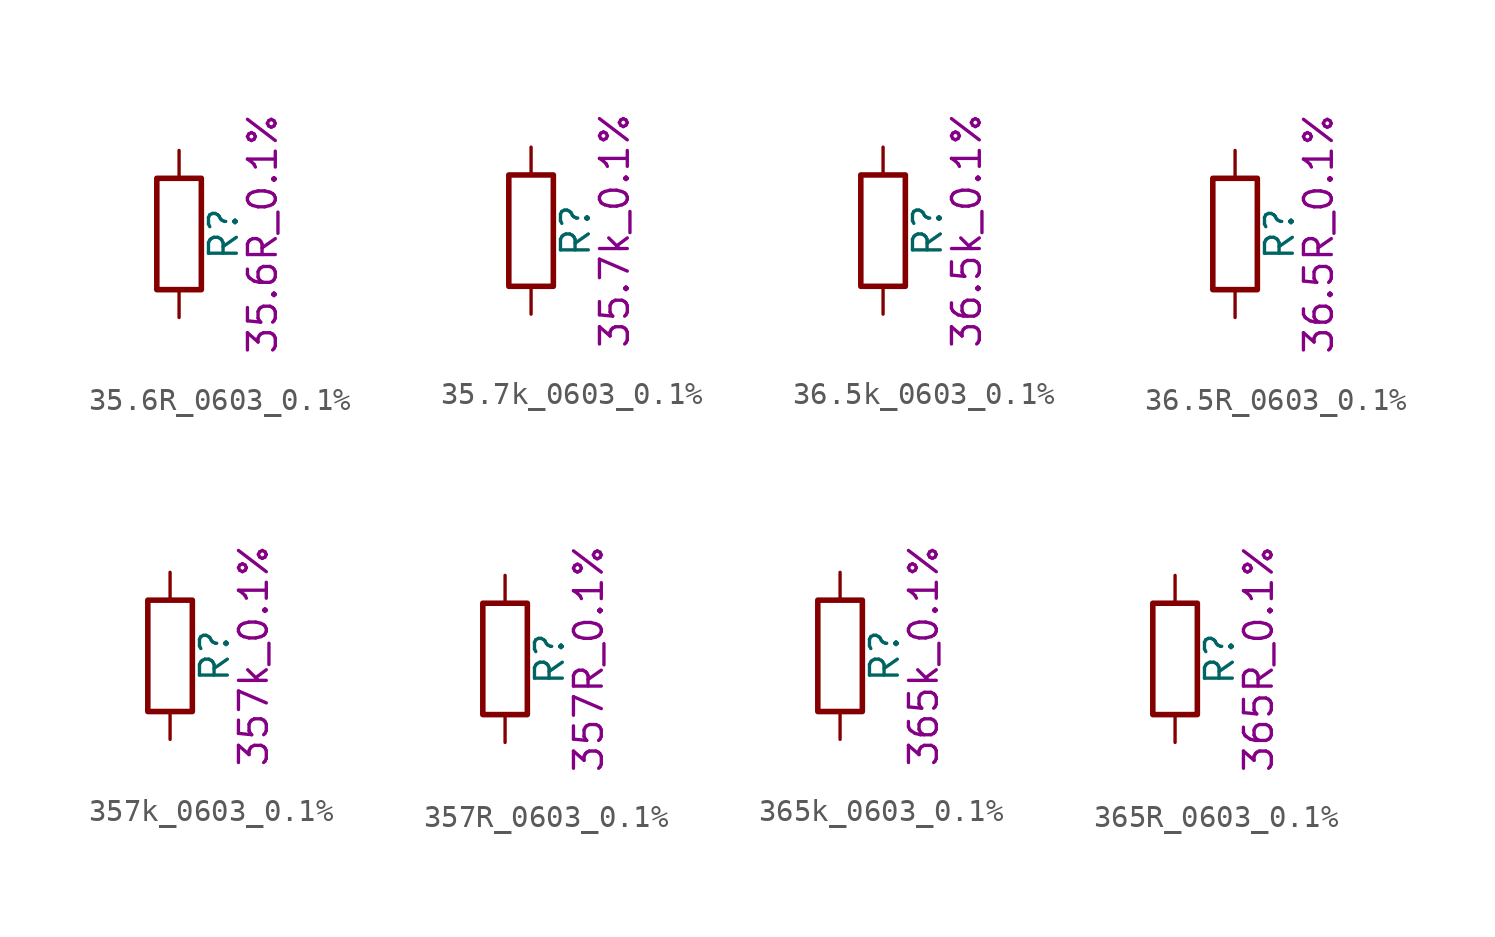
<source format=kicad_sym>
(kicad_symbol_lib
  (version 20211014)
  (generator kicad_symbol_editor)
  (symbol "35.6R_0603_0.1%"
    (pin_numbers hide)
    (pin_names
      (offset 0))
    (property "Reference" "R"
      (at 2.032 0 90)
      (effects (font (size 1.27 1.27))))
    (property "Display" "35.6R_0.1%"
      (at 3.81 0 90)
      (effects (font (size 1.27 1.27))))
    (symbol "35.6R_0603_0.1%_0_1"
      (rectangle (start -1.016 -2.54) (end 1.016 2.54) (stroke (width 0.254) (type default) (color 0 0 0 0)) (fill (type none))))
    (symbol "35.6R_0603_0.1%_1_1"
      (pin passive line (at 0 3.81 270) (length 1.27) (name "~" (effects (font (size 1.27 1.27)))) (number "1" (effects (font (size 1.27 1.27)))))
      (pin passive line (at 0 -3.81 90) (length 1.27) (name "~" (effects (font (size 1.27 1.27)))) (number "2" (effects (font (size 1.27 1.27)))))))
  (symbol "35.7k_0603_0.1%"
    (pin_numbers hide)
    (pin_names
      (offset 0))
    (property "Reference" "R"
      (at 2.032 0 90)
      (effects (font (size 1.27 1.27))))
    (property "Display" "35.7k_0.1%"
      (at 3.81 0 90)
      (effects (font (size 1.27 1.27))))
    (symbol "35.7k_0603_0.1%_0_1"
      (rectangle (start -1.016 -2.54) (end 1.016 2.54) (stroke (width 0.254) (type default) (color 0 0 0 0)) (fill (type none))))
    (symbol "35.7k_0603_0.1%_1_1"
      (pin passive line (at 0 3.81 270) (length 1.27) (name "~" (effects (font (size 1.27 1.27)))) (number "1" (effects (font (size 1.27 1.27)))))
      (pin passive line (at 0 -3.81 90) (length 1.27) (name "~" (effects (font (size 1.27 1.27)))) (number "2" (effects (font (size 1.27 1.27)))))))
  (symbol "36.5k_0603_0.1%"
    (pin_numbers hide)
    (pin_names
      (offset 0))
    (property "Reference" "R"
      (at 2.032 0 90)
      (effects (font (size 1.27 1.27))))
    (property "Display" "36.5k_0.1%"
      (at 3.81 0 90)
      (effects (font (size 1.27 1.27))))
    (symbol "36.5k_0603_0.1%_0_1"
      (rectangle (start -1.016 -2.54) (end 1.016 2.54) (stroke (width 0.254) (type default) (color 0 0 0 0)) (fill (type none))))
    (symbol "36.5k_0603_0.1%_1_1"
      (pin passive line (at 0 3.81 270) (length 1.27) (name "~" (effects (font (size 1.27 1.27)))) (number "1" (effects (font (size 1.27 1.27)))))
      (pin passive line (at 0 -3.81 90) (length 1.27) (name "~" (effects (font (size 1.27 1.27)))) (number "2" (effects (font (size 1.27 1.27)))))))
  (symbol "36.5R_0603_0.1%"
    (pin_numbers hide)
    (pin_names
      (offset 0))
    (property "Reference" "R"
      (at 2.032 0 90)
      (effects (font (size 1.27 1.27))))
    (property "Display" "36.5R_0.1%"
      (at 3.81 0 90)
      (effects (font (size 1.27 1.27))))
    (symbol "36.5R_0603_0.1%_0_1"
      (rectangle (start -1.016 -2.54) (end 1.016 2.54) (stroke (width 0.254) (type default) (color 0 0 0 0)) (fill (type none))))
    (symbol "36.5R_0603_0.1%_1_1"
      (pin passive line (at 0 3.81 270) (length 1.27) (name "~" (effects (font (size 1.27 1.27)))) (number "1" (effects (font (size 1.27 1.27)))))
      (pin passive line (at 0 -3.81 90) (length 1.27) (name "~" (effects (font (size 1.27 1.27)))) (number "2" (effects (font (size 1.27 1.27)))))))
  (symbol "357k_0603_0.1%"
    (pin_numbers hide)
    (pin_names
      (offset 0))
    (property "Reference" "R"
      (at 2.032 0 90)
      (effects (font (size 1.27 1.27))))
    (property "Display" "357k_0.1%"
      (at 3.81 0 90)
      (effects (font (size 1.27 1.27))))
    (symbol "357k_0603_0.1%_0_1"
      (rectangle (start -1.016 -2.54) (end 1.016 2.54) (stroke (width 0.254) (type default) (color 0 0 0 0)) (fill (type none))))
    (symbol "357k_0603_0.1%_1_1"
      (pin passive line (at 0 3.81 270) (length 1.27) (name "~" (effects (font (size 1.27 1.27)))) (number "1" (effects (font (size 1.27 1.27)))))
      (pin passive line (at 0 -3.81 90) (length 1.27) (name "~" (effects (font (size 1.27 1.27)))) (number "2" (effects (font (size 1.27 1.27)))))))
  (symbol "357R_0603_0.1%"
    (pin_numbers hide)
    (pin_names
      (offset 0))
    (property "Reference" "R"
      (at 2.032 0 90)
      (effects (font (size 1.27 1.27))))
    (property "Display" "357R_0.1%"
      (at 3.81 0 90)
      (effects (font (size 1.27 1.27))))
    (symbol "357R_0603_0.1%_0_1"
      (rectangle (start -1.016 -2.54) (end 1.016 2.54) (stroke (width 0.254) (type default) (color 0 0 0 0)) (fill (type none))))
    (symbol "357R_0603_0.1%_1_1"
      (pin passive line (at 0 3.81 270) (length 1.27) (name "~" (effects (font (size 1.27 1.27)))) (number "1" (effects (font (size 1.27 1.27)))))
      (pin passive line (at 0 -3.81 90) (length 1.27) (name "~" (effects (font (size 1.27 1.27)))) (number "2" (effects (font (size 1.27 1.27)))))))
  (symbol "365k_0603_0.1%"
    (pin_numbers hide)
    (pin_names
      (offset 0))
    (property "Reference" "R"
      (at 2.032 0 90)
      (effects (font (size 1.27 1.27))))
    (property "Display" "365k_0.1%"
      (at 3.81 0 90)
      (effects (font (size 1.27 1.27))))
    (symbol "365k_0603_0.1%_0_1"
      (rectangle (start -1.016 -2.54) (end 1.016 2.54) (stroke (width 0.254) (type default) (color 0 0 0 0)) (fill (type none))))
    (symbol "365k_0603_0.1%_1_1"
      (pin passive line (at 0 3.81 270) (length 1.27) (name "~" (effects (font (size 1.27 1.27)))) (number "1" (effects (font (size 1.27 1.27)))))
      (pin passive line (at 0 -3.81 90) (length 1.27) (name "~" (effects (font (size 1.27 1.27)))) (number "2" (effects (font (size 1.27 1.27)))))))
  (symbol "365R_0603_0.1%"
    (pin_numbers hide)
    (pin_names
      (offset 0))
    (property "Reference" "R"
      (at 2.032 0 90)
      (effects (font (size 1.27 1.27))))
    (property "Display" "365R_0.1%"
      (at 3.81 0 90)
      (effects (font (size 1.27 1.27))))
    (symbol "365R_0603_0.1%_0_1"
      (rectangle (start -1.016 -2.54) (end 1.016 2.54) (stroke (width 0.254) (type default) (color 0 0 0 0)) (fill (type none))))
    (symbol "365R_0603_0.1%_1_1"
      (pin passive line (at 0 3.81 270) (length 1.27) (name "~" (effects (font (size 1.27 1.27)))) (number "1" (effects (font (size 1.27 1.27)))))
      (pin passive line (at 0 -3.81 90) (length 1.27) (name "~" (effects (font (size 1.27 1.27)))) (number "2" (effects (font (size 1.27 1.27))))))))
</source>
